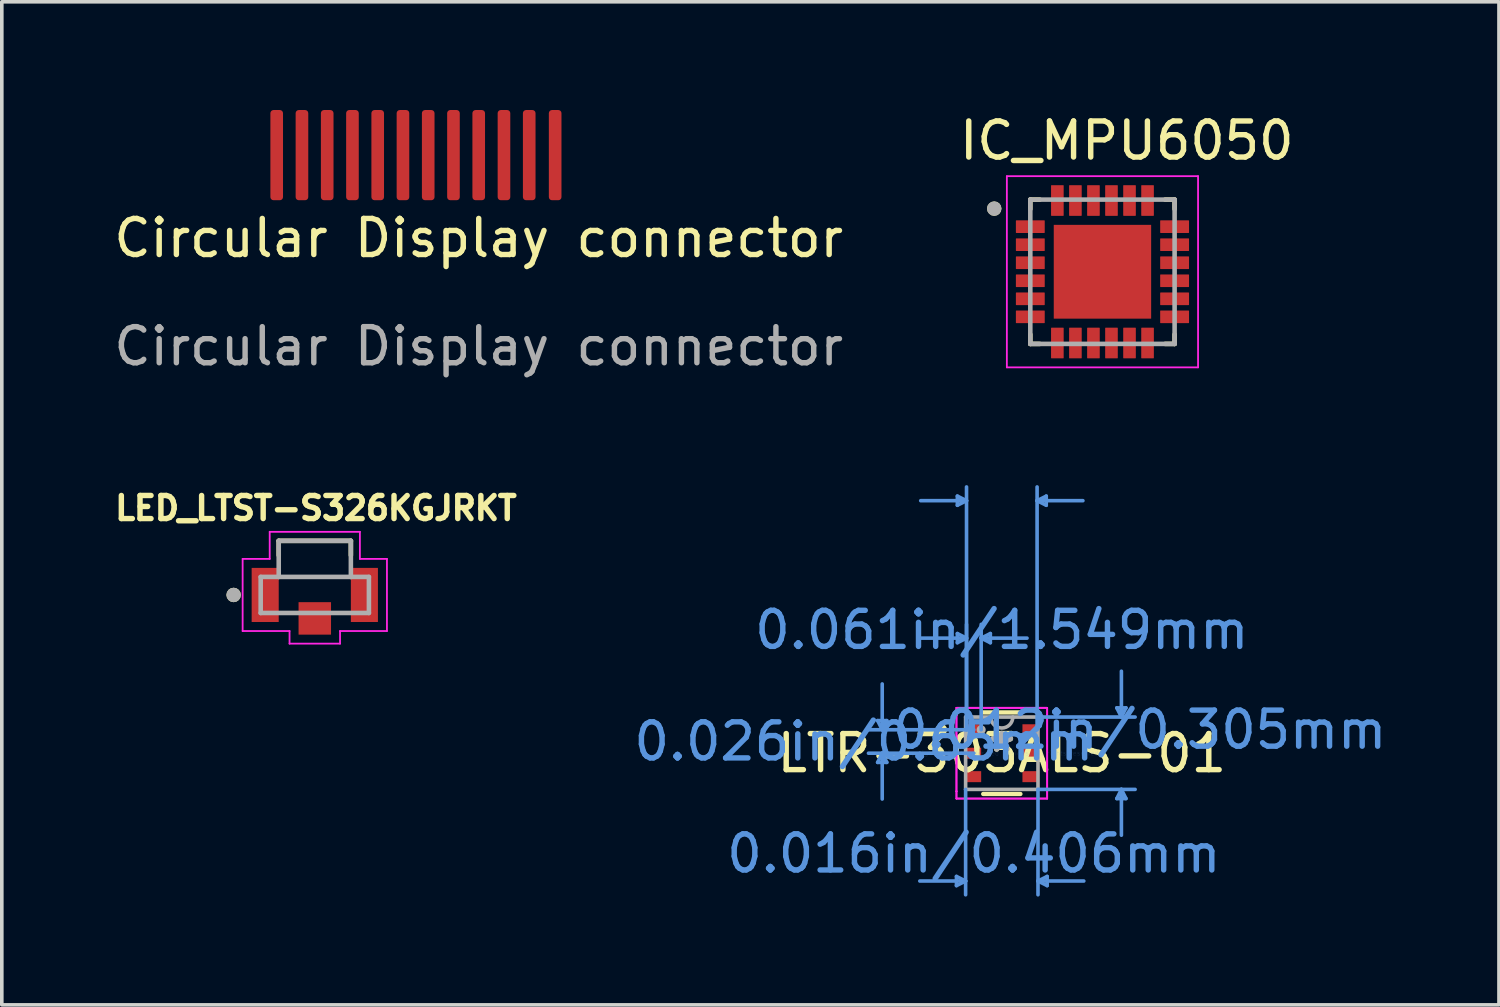
<source format=kicad_pcb>
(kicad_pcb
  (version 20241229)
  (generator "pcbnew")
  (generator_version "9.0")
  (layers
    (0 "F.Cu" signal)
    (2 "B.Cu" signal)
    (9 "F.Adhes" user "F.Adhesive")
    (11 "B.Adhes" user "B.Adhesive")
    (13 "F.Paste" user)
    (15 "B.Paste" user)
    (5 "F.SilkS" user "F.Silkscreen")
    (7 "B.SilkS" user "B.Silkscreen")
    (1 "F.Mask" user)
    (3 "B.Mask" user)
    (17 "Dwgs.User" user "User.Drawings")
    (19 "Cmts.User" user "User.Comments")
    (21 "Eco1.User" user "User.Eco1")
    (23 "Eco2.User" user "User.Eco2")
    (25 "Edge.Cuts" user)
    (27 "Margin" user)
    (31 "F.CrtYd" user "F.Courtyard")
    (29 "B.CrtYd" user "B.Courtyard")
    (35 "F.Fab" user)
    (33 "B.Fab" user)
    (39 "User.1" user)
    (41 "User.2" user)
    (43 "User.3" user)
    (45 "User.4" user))
  (footprint "Circular Display connector"
    (layer "F.Cu")
    (at 10.22 4.05)
    (property "Reference" "Circular Display connector" (at 0 -0.5 0) (unlocked yes) (layer "F.SilkS") (effects (font (size 1 1) (thickness 0.15))))
    (attr smd)
    (fp_text user "${REFERENCE}" (at 0 2.5 0) (unlocked yes) (layer "F.Fab") (effects (font (size 1 1) (thickness 0.15))))
    (pad "1" smd roundrect (at 2.119 -2.8 90) (size 2.5 0.35) (layers "F.Cu" "F.Mask" "F.Paste") (roundrect_rratio 0.25))
    (pad "2" smd roundrect (at 1.4 -2.8 90) (size 2.5 0.35) (layers "F.Cu" "F.Mask" "F.Paste") (roundrect_rratio 0.25))
    (pad "3" smd roundrect (at 0.7 -2.8 90) (size 2.5 0.35) (layers "F.Cu" "F.Mask" "F.Paste") (roundrect_rratio 0.25))
    (pad "4" smd roundrect (at 0 -2.8 90) (size 2.5 0.35) (layers "F.Cu" "F.Mask" "F.Paste") (roundrect_rratio 0.25))
    (pad "5" smd roundrect (at -0.7 -2.8 90) (size 2.5 0.35) (layers "F.Cu" "F.Mask" "F.Paste") (roundrect_rratio 0.25))
    (pad "6" smd roundrect (at -1.4 -2.8 90) (size 2.5 0.35) (layers "F.Cu" "F.Mask" "F.Paste") (roundrect_rratio 0.25))
    (pad "7" smd roundrect (at -2.1 -2.8 90) (size 2.5 0.35) (layers "F.Cu" "F.Mask" "F.Paste") (roundrect_rratio 0.25))
    (pad "8" smd roundrect (at -2.8 -2.8 90) (size 2.5 0.35) (layers "F.Cu" "F.Mask" "F.Paste") (roundrect_rratio 0.25))
    (pad "9" smd roundrect (at -3.5 -2.8 90) (size 2.5 0.35) (layers "F.Cu" "F.Mask" "F.Paste") (roundrect_rratio 0.25))
    (pad "10" smd roundrect (at -4.2 -2.8 90) (size 2.5 0.35) (layers "F.Cu" "F.Mask" "F.Paste") (roundrect_rratio 0.25))
    (pad "11" smd roundrect (at -4.9 -2.8 90) (size 2.5 0.35) (layers "F.Cu" "F.Mask" "F.Paste") (roundrect_rratio 0.25))
    (pad "12" smd roundrect (at -5.6 -2.8 90) (size 2.5 0.35) (layers "F.Cu" "F.Mask" "F.Paste") (roundrect_rratio 0.25)))
  (footprint "IC_MPU6050"
    (layer "F.Cu")
    (at 27.51 4.483)
    (property "Reference" "IC_MPU6050" (at 0.675 -3.635 0) (layer "F.SilkS") (effects (font (size 1 1) (thickness 0.15))))
    (attr through_hole)
    (fp_line (start -2 -2) (end -1.738 -2) (stroke (width 0.127) (type solid)) (layer "F.SilkS"))
    (fp_line (start -2 -1.738) (end -2 -2) (stroke (width 0.127) (type solid)) (layer "F.SilkS"))
    (fp_line (start -2 2) (end -2 1.738) (stroke (width 0.127) (type solid)) (layer "F.SilkS"))
    (fp_line (start -1.738 2) (end -2 2) (stroke (width 0.127) (type solid)) (layer "F.SilkS"))
    (fp_line (start 1.738 -2) (end 2 -2) (stroke (width 0.127) (type solid)) (layer "F.SilkS"))
    (fp_line (start 2 -2) (end 2 -1.738) (stroke (width 0.127) (type solid)) (layer "F.SilkS"))
    (fp_line (start 2 1.738) (end 2 2) (stroke (width 0.127) (type solid)) (layer "F.SilkS"))
    (fp_line (start 2 2) (end 1.738 2) (stroke (width 0.127) (type solid)) (layer "F.SilkS"))
    (fp_circle (center -3 -1.75) (end -2.9 -1.75) (stroke (width 0.2) (type solid)) (fill no) (layer "F.SilkS"))
    (fp_poly (pts (xy -0.854 -0.822) (xy 0.854 -0.822) (xy 0.854 0.822) (xy -0.854 0.822)) (stroke (width 0.01) (type solid)) (fill yes) (layer "F.Paste"))
    (fp_line (start -2.65 -2.65) (end 2.65 -2.65) (stroke (width 0.05) (type solid)) (layer "F.CrtYd"))
    (fp_line (start -2.65 2.65) (end -2.65 -2.65) (stroke (width 0.05) (type solid)) (layer "F.CrtYd"))
    (fp_line (start -2.65 2.65) (end 2.65 2.65) (stroke (width 0.05) (type solid)) (layer "F.CrtYd"))
    (fp_line (start 2.65 2.65) (end 2.65 -2.65) (stroke (width 0.05) (type solid)) (layer "F.CrtYd"))
    (fp_line (start -2 2) (end -2 -2) (stroke (width 0.127) (type solid)) (layer "F.Fab"))
    (fp_line (start 2 -2) (end -2 -2) (stroke (width 0.127) (type solid)) (layer "F.Fab"))
    (fp_line (start 2 2) (end -2 2) (stroke (width 0.127) (type solid)) (layer "F.Fab"))
    (fp_line (start 2 2) (end 2 -2) (stroke (width 0.127) (type solid)) (layer "F.Fab"))
    (fp_circle (center -3 -1.75) (end -2.9 -1.75) (stroke (width 0.2) (type solid)) (fill no) (layer "F.Fab"))
    (pad "1" smd roundrect (at -2 -1.25) (size 0.8 0.35) (layers "F.Cu" "F.Mask" "F.Paste") (roundrect_rratio 0.04))
    (pad "2" smd roundrect (at -2 -0.75) (size 0.8 0.35) (layers "F.Cu" "F.Mask" "F.Paste") (roundrect_rratio 0.04))
    (pad "3" smd roundrect (at -2 -0.25) (size 0.8 0.35) (layers "F.Cu" "F.Mask" "F.Paste") (roundrect_rratio 0.04))
    (pad "4" smd roundrect (at -2 0.25) (size 0.8 0.35) (layers "F.Cu" "F.Mask" "F.Paste") (roundrect_rratio 0.04))
    (pad "5" smd roundrect (at -2 0.75) (size 0.8 0.35) (layers "F.Cu" "F.Mask" "F.Paste") (roundrect_rratio 0.04))
    (pad "6" smd roundrect (at -2 1.25) (size 0.8 0.35) (layers "F.Cu" "F.Mask" "F.Paste") (roundrect_rratio 0.04))
    (pad "7" smd roundrect (at -1.25 1.975 90) (size 0.85 0.35) (layers "F.Cu" "F.Mask" "F.Paste") (roundrect_rratio 0.04))
    (pad "8" smd roundrect (at -0.75 1.975 90) (size 0.85 0.35) (layers "F.Cu" "F.Mask" "F.Paste") (roundrect_rratio 0.04))
    (pad "9" smd roundrect (at -0.25 1.975 90) (size 0.85 0.35) (layers "F.Cu" "F.Mask" "F.Paste") (roundrect_rratio 0.04))
    (pad "10" smd roundrect (at 0.25 1.975 90) (size 0.85 0.35) (layers "F.Cu" "F.Mask" "F.Paste") (roundrect_rratio 0.04))
    (pad "11" smd roundrect (at 0.75 1.975 90) (size 0.85 0.35) (layers "F.Cu" "F.Mask" "F.Paste") (roundrect_rratio 0.04))
    (pad "12" smd roundrect (at 1.25 1.975 90) (size 0.85 0.35) (layers "F.Cu" "F.Mask" "F.Paste") (roundrect_rratio 0.04))
    (pad "13" smd roundrect (at 2 1.25 180) (size 0.8 0.35) (layers "F.Cu" "F.Mask" "F.Paste") (roundrect_rratio 0.04))
    (pad "14" smd roundrect (at 2 0.75 180) (size 0.8 0.35) (layers "F.Cu" "F.Mask" "F.Paste") (roundrect_rratio 0.04))
    (pad "15" smd roundrect (at 2 0.25 180) (size 0.8 0.35) (layers "F.Cu" "F.Mask" "F.Paste") (roundrect_rratio 0.04))
    (pad "16" smd roundrect (at 2 -0.25 180) (size 0.8 0.35) (layers "F.Cu" "F.Mask" "F.Paste") (roundrect_rratio 0.04))
    (pad "17" smd roundrect (at 2 -0.75 180) (size 0.8 0.35) (layers "F.Cu" "F.Mask" "F.Paste") (roundrect_rratio 0.04))
    (pad "18" smd roundrect (at 2 -1.25 180) (size 0.8 0.35) (layers "F.Cu" "F.Mask" "F.Paste") (roundrect_rratio 0.04))
    (pad "19" smd roundrect (at 1.25 -1.975 270) (size 0.85 0.35) (layers "F.Cu" "F.Mask" "F.Paste") (roundrect_rratio 0.04))
    (pad "20" smd roundrect (at 0.75 -1.975 270) (size 0.85 0.35) (layers "F.Cu" "F.Mask" "F.Paste") (roundrect_rratio 0.04))
    (pad "21" smd roundrect (at 0.25 -1.975 270) (size 0.85 0.35) (layers "F.Cu" "F.Mask" "F.Paste") (roundrect_rratio 0.04))
    (pad "22" smd roundrect (at -0.25 -1.975 270) (size 0.85 0.35) (layers "F.Cu" "F.Mask" "F.Paste") (roundrect_rratio 0.04))
    (pad "23" smd roundrect (at -0.75 -1.975 270) (size 0.85 0.35) (layers "F.Cu" "F.Mask" "F.Paste") (roundrect_rratio 0.04))
    (pad "24" smd roundrect (at -1.25 -1.975 270) (size 0.85 0.35) (layers "F.Cu" "F.Mask" "F.Paste") (roundrect_rratio 0.04))
    (pad "25" smd rect (at 0 0) (size 2.7 2.6) (layers "F.Cu" "F.Mask")))
  (footprint "LED_LTST-S326KGJRKT"
    (layer "F.Cu")
    (at 5.676 13.442)
    (property "Reference" "LED_LTST-S326KGJRKT" (at 0.032 -2.406 0) (layer "F.SilkS") (effects (font (size 0.64 0.64) (thickness 0.15))))
    (attr through_hole)
    (fp_line (start -1 -1.5) (end 1 -1.5) (stroke (width 0.127) (type solid)) (layer "F.SilkS"))
    (fp_line (start -1 -1.1) (end -1 -1.5) (stroke (width 0.127) (type solid)) (layer "F.SilkS"))
    (fp_line (start 1 -1.5) (end 1 -1.1) (stroke (width 0.127) (type solid)) (layer "F.SilkS"))
    (fp_circle (center -2.25 0) (end -2.15 0) (stroke (width 0.2) (type solid)) (fill no) (layer "F.SilkS"))
    (fp_line (start -2 -1) (end -1.25 -1) (stroke (width 0.05) (type solid)) (layer "F.CrtYd"))
    (fp_line (start -2 1) (end -2 -1) (stroke (width 0.05) (type solid)) (layer "F.CrtYd"))
    (fp_line (start -1.25 -1.75) (end 1.25 -1.75) (stroke (width 0.05) (type solid)) (layer "F.CrtYd"))
    (fp_line (start -1.25 -1) (end -1.25 -1.75) (stroke (width 0.05) (type solid)) (layer "F.CrtYd"))
    (fp_line (start -0.7 1) (end -2 1) (stroke (width 0.05) (type solid)) (layer "F.CrtYd"))
    (fp_line (start -0.7 1.35) (end -0.7 1) (stroke (width 0.05) (type solid)) (layer "F.CrtYd"))
    (fp_line (start 0.7 1) (end 0.7 1.35) (stroke (width 0.05) (type solid)) (layer "F.CrtYd"))
    (fp_line (start 0.7 1.35) (end -0.7 1.35) (stroke (width 0.05) (type solid)) (layer "F.CrtYd"))
    (fp_line (start 1.25 -1.75) (end 1.25 -1) (stroke (width 0.05) (type solid)) (layer "F.CrtYd"))
    (fp_line (start 1.25 -1) (end 2 -1) (stroke (width 0.05) (type solid)) (layer "F.CrtYd"))
    (fp_line (start 2 -1) (end 2 1) (stroke (width 0.05) (type solid)) (layer "F.CrtYd"))
    (fp_line (start 2 1) (end 0.7 1) (stroke (width 0.05) (type solid)) (layer "F.CrtYd"))
    (fp_line (start -1.5 -0.5) (end -1.5 0.5) (stroke (width 0.127) (type solid)) (layer "F.Fab"))
    (fp_line (start -1.5 0.5) (end 1.5 0.5) (stroke (width 0.127) (type solid)) (layer "F.Fab"))
    (fp_line (start -1 -1.5) (end 1 -1.5) (stroke (width 0.127) (type solid)) (layer "F.Fab"))
    (fp_line (start -1 -0.5) (end -1.5 -0.5) (stroke (width 0.127) (type solid)) (layer "F.Fab"))
    (fp_line (start -1 -0.5) (end -1 -1.5) (stroke (width 0.127) (type solid)) (layer "F.Fab"))
    (fp_line (start 1 -1.5) (end 1 -0.5) (stroke (width 0.127) (type solid)) (layer "F.Fab"))
    (fp_line (start 1 -0.5) (end -1 -0.5) (stroke (width 0.127) (type solid)) (layer "F.Fab"))
    (fp_line (start 1.5 -0.5) (end 1 -0.5) (stroke (width 0.127) (type solid)) (layer "F.Fab"))
    (fp_line (start 1.5 0.5) (end 1.5 -0.5) (stroke (width 0.127) (type solid)) (layer "F.Fab"))
    (fp_circle (center -2.25 0) (end -2.15 0) (stroke (width 0.2) (type solid)) (fill no) (layer "F.Fab"))
    (pad "A" smd rect (at 1.375 0) (size 0.75 1.5) (layers "F.Cu" "F.Mask" "F.Paste"))
    (pad "C1" smd rect (at -1.375 0) (size 0.75 1.5) (layers "F.Cu" "F.Mask" "F.Paste"))
    (pad "C2" smd rect (at 0 0.65) (size 0.9 0.9) (layers "F.Cu" "F.Mask" "F.Paste")))
  (footprint "LTR-303ALS-01"
    (layer "F.Cu")
    (at 24.72 17.829)
    (property "Reference" "LTR-303ALS-01" (at 0 0 0) (layer "F.SilkS") (effects (font (size 1 1) (thickness 0.15))))
    (attr through_hole)
    (fp_line (start -0.515 1.13) (end 0.515 1.13) (stroke (width 0.12) (type solid)) (layer "F.SilkS"))
    (fp_line (start 0.515 -1.13) (end -0.515 -1.13) (stroke (width 0.12) (type solid)) (layer "F.SilkS"))
    (fp_circle (center -1.679 -0.65) (end -1.577 -0.65) (stroke (width 0.12) (type solid)) (fill no) (layer "F.SilkS"))
    (fp_line (start -3.442 -0.904) (end -3.188 -0.904) (stroke (width 0.1) (type solid)) (layer "Cmts.User"))
    (fp_line (start -3.442 0.254) (end -3.188 0.254) (stroke (width 0.1) (type solid)) (layer "Cmts.User"))
    (fp_line (start -3.315 -0.65) (end -3.442 -0.904) (stroke (width 0.1) (type solid)) (layer "Cmts.User"))
    (fp_line (start -3.315 -0.65) (end -3.315 -1.92) (stroke (width 0.1) (type solid)) (layer "Cmts.User"))
    (fp_line (start -3.315 -0.65) (end -3.188 -0.904) (stroke (width 0.1) (type solid)) (layer "Cmts.User"))
    (fp_line (start -3.315 0) (end -3.442 0.254) (stroke (width 0.1) (type solid)) (layer "Cmts.User"))
    (fp_line (start -3.315 0) (end -3.315 1.27) (stroke (width 0.1) (type solid)) (layer "Cmts.User"))
    (fp_line (start -3.315 0) (end -3.188 0.254) (stroke (width 0.1) (type solid)) (layer "Cmts.User"))
    (fp_line (start -1.257 3.416) (end -1.257 3.67) (stroke (width 0.1) (type solid)) (layer "Cmts.User"))
    (fp_line (start -1.232 -7.127) (end -1.232 -6.873) (stroke (width 0.1) (type solid)) (layer "Cmts.User"))
    (fp_line (start -1.232 -3.317) (end -1.232 -3.063) (stroke (width 0.1) (type solid)) (layer "Cmts.User"))
    (fp_line (start -1.003 1.003) (end -1.003 3.924) (stroke (width 0.1) (type solid)) (layer "Cmts.User"))
    (fp_line (start -1.003 3.543) (end -2.273 3.543) (stroke (width 0.1) (type solid)) (layer "Cmts.User"))
    (fp_line (start -1.003 3.543) (end -1.257 3.416) (stroke (width 0.1) (type solid)) (layer "Cmts.User"))
    (fp_line (start -1.003 3.543) (end -1.257 3.67) (stroke (width 0.1) (type solid)) (layer "Cmts.User"))
    (fp_line (start -0.978 -7) (end -2.248 -7) (stroke (width 0.1) (type solid)) (layer "Cmts.User"))
    (fp_line (start -0.978 -7) (end -1.232 -7.127) (stroke (width 0.1) (type solid)) (layer "Cmts.User"))
    (fp_line (start -0.978 -7) (end -1.232 -6.873) (stroke (width 0.1) (type solid)) (layer "Cmts.User"))
    (fp_line (start -0.978 -3.19) (end -2.248 -3.19) (stroke (width 0.1) (type solid)) (layer "Cmts.User"))
    (fp_line (start -0.978 -3.19) (end -1.232 -3.317) (stroke (width 0.1) (type solid)) (layer "Cmts.User"))
    (fp_line (start -0.978 -3.19) (end -1.232 -3.063) (stroke (width 0.1) (type solid)) (layer "Cmts.User"))
    (fp_line (start -0.978 -0.65) (end -0.978 -7.381) (stroke (width 0.1) (type solid)) (layer "Cmts.User"))
    (fp_line (start -0.978 -0.65) (end -0.978 -3.571) (stroke (width 0.1) (type solid)) (layer "Cmts.User"))
    (fp_line (start -0.775 -0.65) (end -3.696 -0.65) (stroke (width 0.1) (type solid)) (layer "Cmts.User"))
    (fp_line (start -0.775 0) (end -3.696 0) (stroke (width 0.1) (type solid)) (layer "Cmts.User"))
    (fp_line (start -0.572 -3.19) (end -0.318 -3.317) (stroke (width 0.1) (type solid)) (layer "Cmts.User"))
    (fp_line (start -0.572 -3.19) (end -0.318 -3.063) (stroke (width 0.1) (type solid)) (layer "Cmts.User"))
    (fp_line (start -0.572 -3.19) (end 0.699 -3.19) (stroke (width 0.1) (type solid)) (layer "Cmts.User"))
    (fp_line (start -0.572 -0.65) (end -0.572 -3.571) (stroke (width 0.1) (type solid)) (layer "Cmts.User"))
    (fp_line (start -0.318 -3.317) (end -0.318 -3.063) (stroke (width 0.1) (type solid)) (layer "Cmts.User"))
    (fp_line (start 0.978 -7) (end 1.232 -7.127) (stroke (width 0.1) (type solid)) (layer "Cmts.User"))
    (fp_line (start 0.978 -7) (end 1.232 -6.873) (stroke (width 0.1) (type solid)) (layer "Cmts.User"))
    (fp_line (start 0.978 -7) (end 2.248 -7) (stroke (width 0.1) (type solid)) (layer "Cmts.User"))
    (fp_line (start 0.978 -0.65) (end 0.978 -7.381) (stroke (width 0.1) (type solid)) (layer "Cmts.User"))
    (fp_line (start 1.003 -1.003) (end 3.696 -1.003) (stroke (width 0.1) (type solid)) (layer "Cmts.User"))
    (fp_line (start 1.003 1.003) (end 1.003 3.924) (stroke (width 0.1) (type solid)) (layer "Cmts.User"))
    (fp_line (start 1.003 1.003) (end 3.696 1.003) (stroke (width 0.1) (type solid)) (layer "Cmts.User"))
    (fp_line (start 1.003 3.543) (end 1.257 3.416) (stroke (width 0.1) (type solid)) (layer "Cmts.User"))
    (fp_line (start 1.003 3.543) (end 1.257 3.67) (stroke (width 0.1) (type solid)) (layer "Cmts.User"))
    (fp_line (start 1.003 3.543) (end 2.273 3.543) (stroke (width 0.1) (type solid)) (layer "Cmts.User"))
    (fp_line (start 1.232 -7.127) (end 1.232 -6.873) (stroke (width 0.1) (type solid)) (layer "Cmts.User"))
    (fp_line (start 1.257 3.416) (end 1.257 3.67) (stroke (width 0.1) (type solid)) (layer "Cmts.User"))
    (fp_line (start 3.188 -1.257) (end 3.442 -1.257) (stroke (width 0.1) (type solid)) (layer "Cmts.User"))
    (fp_line (start 3.188 1.257) (end 3.442 1.257) (stroke (width 0.1) (type solid)) (layer "Cmts.User"))
    (fp_line (start 3.315 -1.003) (end 3.188 -1.257) (stroke (width 0.1) (type solid)) (layer "Cmts.User"))
    (fp_line (start 3.315 -1.003) (end 3.315 -2.273) (stroke (width 0.1) (type solid)) (layer "Cmts.User"))
    (fp_line (start 3.315 -1.003) (end 3.442 -1.257) (stroke (width 0.1) (type solid)) (layer "Cmts.User"))
    (fp_line (start 3.315 1.003) (end 3.188 1.257) (stroke (width 0.1) (type solid)) (layer "Cmts.User"))
    (fp_line (start 3.315 1.003) (end 3.315 2.273) (stroke (width 0.1) (type solid)) (layer "Cmts.User"))
    (fp_line (start 3.315 1.003) (end 3.442 1.257) (stroke (width 0.1) (type solid)) (layer "Cmts.User"))
    (fp_line (start -1.257 -1.257) (end 1.257 -1.257) (stroke (width 0.05) (type solid)) (layer "F.CrtYd"))
    (fp_line (start -1.257 -1.257) (end 1.257 -1.257) (stroke (width 0.05) (type solid)) (layer "F.CrtYd"))
    (fp_line (start -1.257 -1.056) (end -1.257 -1.257) (stroke (width 0.05) (type solid)) (layer "F.CrtYd"))
    (fp_line (start -1.257 -1.056) (end -1.257 -1.257) (stroke (width 0.05) (type solid)) (layer "F.CrtYd"))
    (fp_line (start -1.257 -1.056) (end -1.257 -1.056) (stroke (width 0.05) (type solid)) (layer "F.CrtYd"))
    (fp_line (start -1.257 -1.056) (end -1.257 -1.056) (stroke (width 0.05) (type solid)) (layer "F.CrtYd"))
    (fp_line (start -1.257 1.056) (end -1.257 -1.056) (stroke (width 0.05) (type solid)) (layer "F.CrtYd"))
    (fp_line (start -1.257 1.056) (end -1.257 -1.056) (stroke (width 0.05) (type solid)) (layer "F.CrtYd"))
    (fp_line (start -1.257 1.056) (end -1.257 1.056) (stroke (width 0.05) (type solid)) (layer "F.CrtYd"))
    (fp_line (start -1.257 1.056) (end -1.257 1.056) (stroke (width 0.05) (type solid)) (layer "F.CrtYd"))
    (fp_line (start -1.257 1.257) (end -1.257 1.056) (stroke (width 0.05) (type solid)) (layer "F.CrtYd"))
    (fp_line (start -1.257 1.257) (end -1.257 1.056) (stroke (width 0.05) (type solid)) (layer "F.CrtYd"))
    (fp_line (start 1.257 -1.257) (end 1.257 -1.056) (stroke (width 0.05) (type solid)) (layer "F.CrtYd"))
    (fp_line (start 1.257 -1.257) (end 1.257 -1.056) (stroke (width 0.05) (type solid)) (layer "F.CrtYd"))
    (fp_line (start 1.257 -1.056) (end 1.257 -1.056) (stroke (width 0.05) (type solid)) (layer "F.CrtYd"))
    (fp_line (start 1.257 -1.056) (end 1.257 -1.056) (stroke (width 0.05) (type solid)) (layer "F.CrtYd"))
    (fp_line (start 1.257 -1.056) (end 1.257 1.056) (stroke (width 0.05) (type solid)) (layer "F.CrtYd"))
    (fp_line (start 1.257 -1.056) (end 1.257 1.056) (stroke (width 0.05) (type solid)) (layer "F.CrtYd"))
    (fp_line (start 1.257 1.056) (end 1.257 1.056) (stroke (width 0.05) (type solid)) (layer "F.CrtYd"))
    (fp_line (start 1.257 1.056) (end 1.257 1.056) (stroke (width 0.05) (type solid)) (layer "F.CrtYd"))
    (fp_line (start 1.257 1.056) (end 1.257 1.257) (stroke (width 0.05) (type solid)) (layer "F.CrtYd"))
    (fp_line (start 1.257 1.056) (end 1.257 1.257) (stroke (width 0.05) (type solid)) (layer "F.CrtYd"))
    (fp_line (start 1.257 1.257) (end -1.257 1.257) (stroke (width 0.05) (type solid)) (layer "F.CrtYd"))
    (fp_line (start 1.257 1.257) (end -1.257 1.257) (stroke (width 0.05) (type solid)) (layer "F.CrtYd"))
    (fp_line (start -1.003 -1.003) (end -1.003 1.003) (stroke (width 0.1) (type solid)) (layer "F.Fab"))
    (fp_line (start -1.003 1.003) (end 1.003 1.003) (stroke (width 0.1) (type solid)) (layer "F.Fab"))
    (fp_line (start 1.003 -1.003) (end -1.003 -1.003) (stroke (width 0.1) (type solid)) (layer "F.Fab"))
    (fp_line (start 1.003 1.003) (end 1.003 -1.003) (stroke (width 0.1) (type solid)) (layer "F.Fab"))
    (fp_arc (start 0.3048 -1.0033) (mid 0 -0.6985) (end -0.3048 -1.0033) (stroke (width 0.1) (type solid)) (layer "F.Fab"))
    (fp_circle (center -0.572 -0.65) (end -0.495 -0.65) (stroke (width 0.1) (type solid)) (fill no) (layer "F.Fab"))
    (fp_text user "*" (at 0 0 0) (layer "F.SilkS") (effects (font (size 1 1) (thickness 0.15))))
    (fp_text user "0.026in/0.65mm" (at -3.823 -0.325 0) (layer "Cmts.User") (effects (font (size 1 1) (thickness 0.15))))
    (fp_text user "0.061in/1.549mm" (at 0 -3.416 0) (layer "Cmts.User") (effects (font (size 1 1) (thickness 0.15))))
    (fp_text user "Copyright 2021 Accelerated Designs. All rights reserved." (at 0 0 0) (layer "Cmts.User") (effects (font (size 0.127 0.127) (thickness 0.002))))
    (fp_text user "0.012in/0.305mm" (at 3.823 -0.65 0) (layer "Cmts.User") (effects (font (size 1 1) (thickness 0.15))))
    (fp_text user "0.016in/0.406mm" (at -0.775 2.781 0) (layer "Cmts.User") (effects (font (size 1 1) (thickness 0.15))))
    (fp_text user "*" (at 0 0 0) (layer "F.Fab") (effects (font (size 1 1) (thickness 0.15))))
    (pad "1" smd rect (at -0.775 -0.65) (size 0.406 0.305) (layers "F.Cu" "F.Mask" "F.Paste"))
    (pad "2" smd rect (at -0.775 0) (size 0.406 0.305) (layers "F.Cu" "F.Mask" "F.Paste"))
    (pad "3" smd rect (at -0.775 0.65) (size 0.406 0.305) (layers "F.Cu" "F.Mask" "F.Paste"))
    (pad "4" smd rect (at 0.775 0.65) (size 0.406 0.305) (layers "F.Cu" "F.Mask" "F.Paste"))
    (pad "5" smd rect (at 0.775 0) (size 0.406 0.305) (layers "F.Cu" "F.Mask" "F.Paste"))
    (pad "6" smd rect (at 0.775 -0.65) (size 0.406 0.305) (layers "F.Cu" "F.Mask" "F.Paste")))
  (gr_rect
    (start -3 -3)
    (end 38.501 24.804)
    (stroke (width 0.1) (type default))
    (fill no)
    (layer "Edge.Cuts")))
</source>
